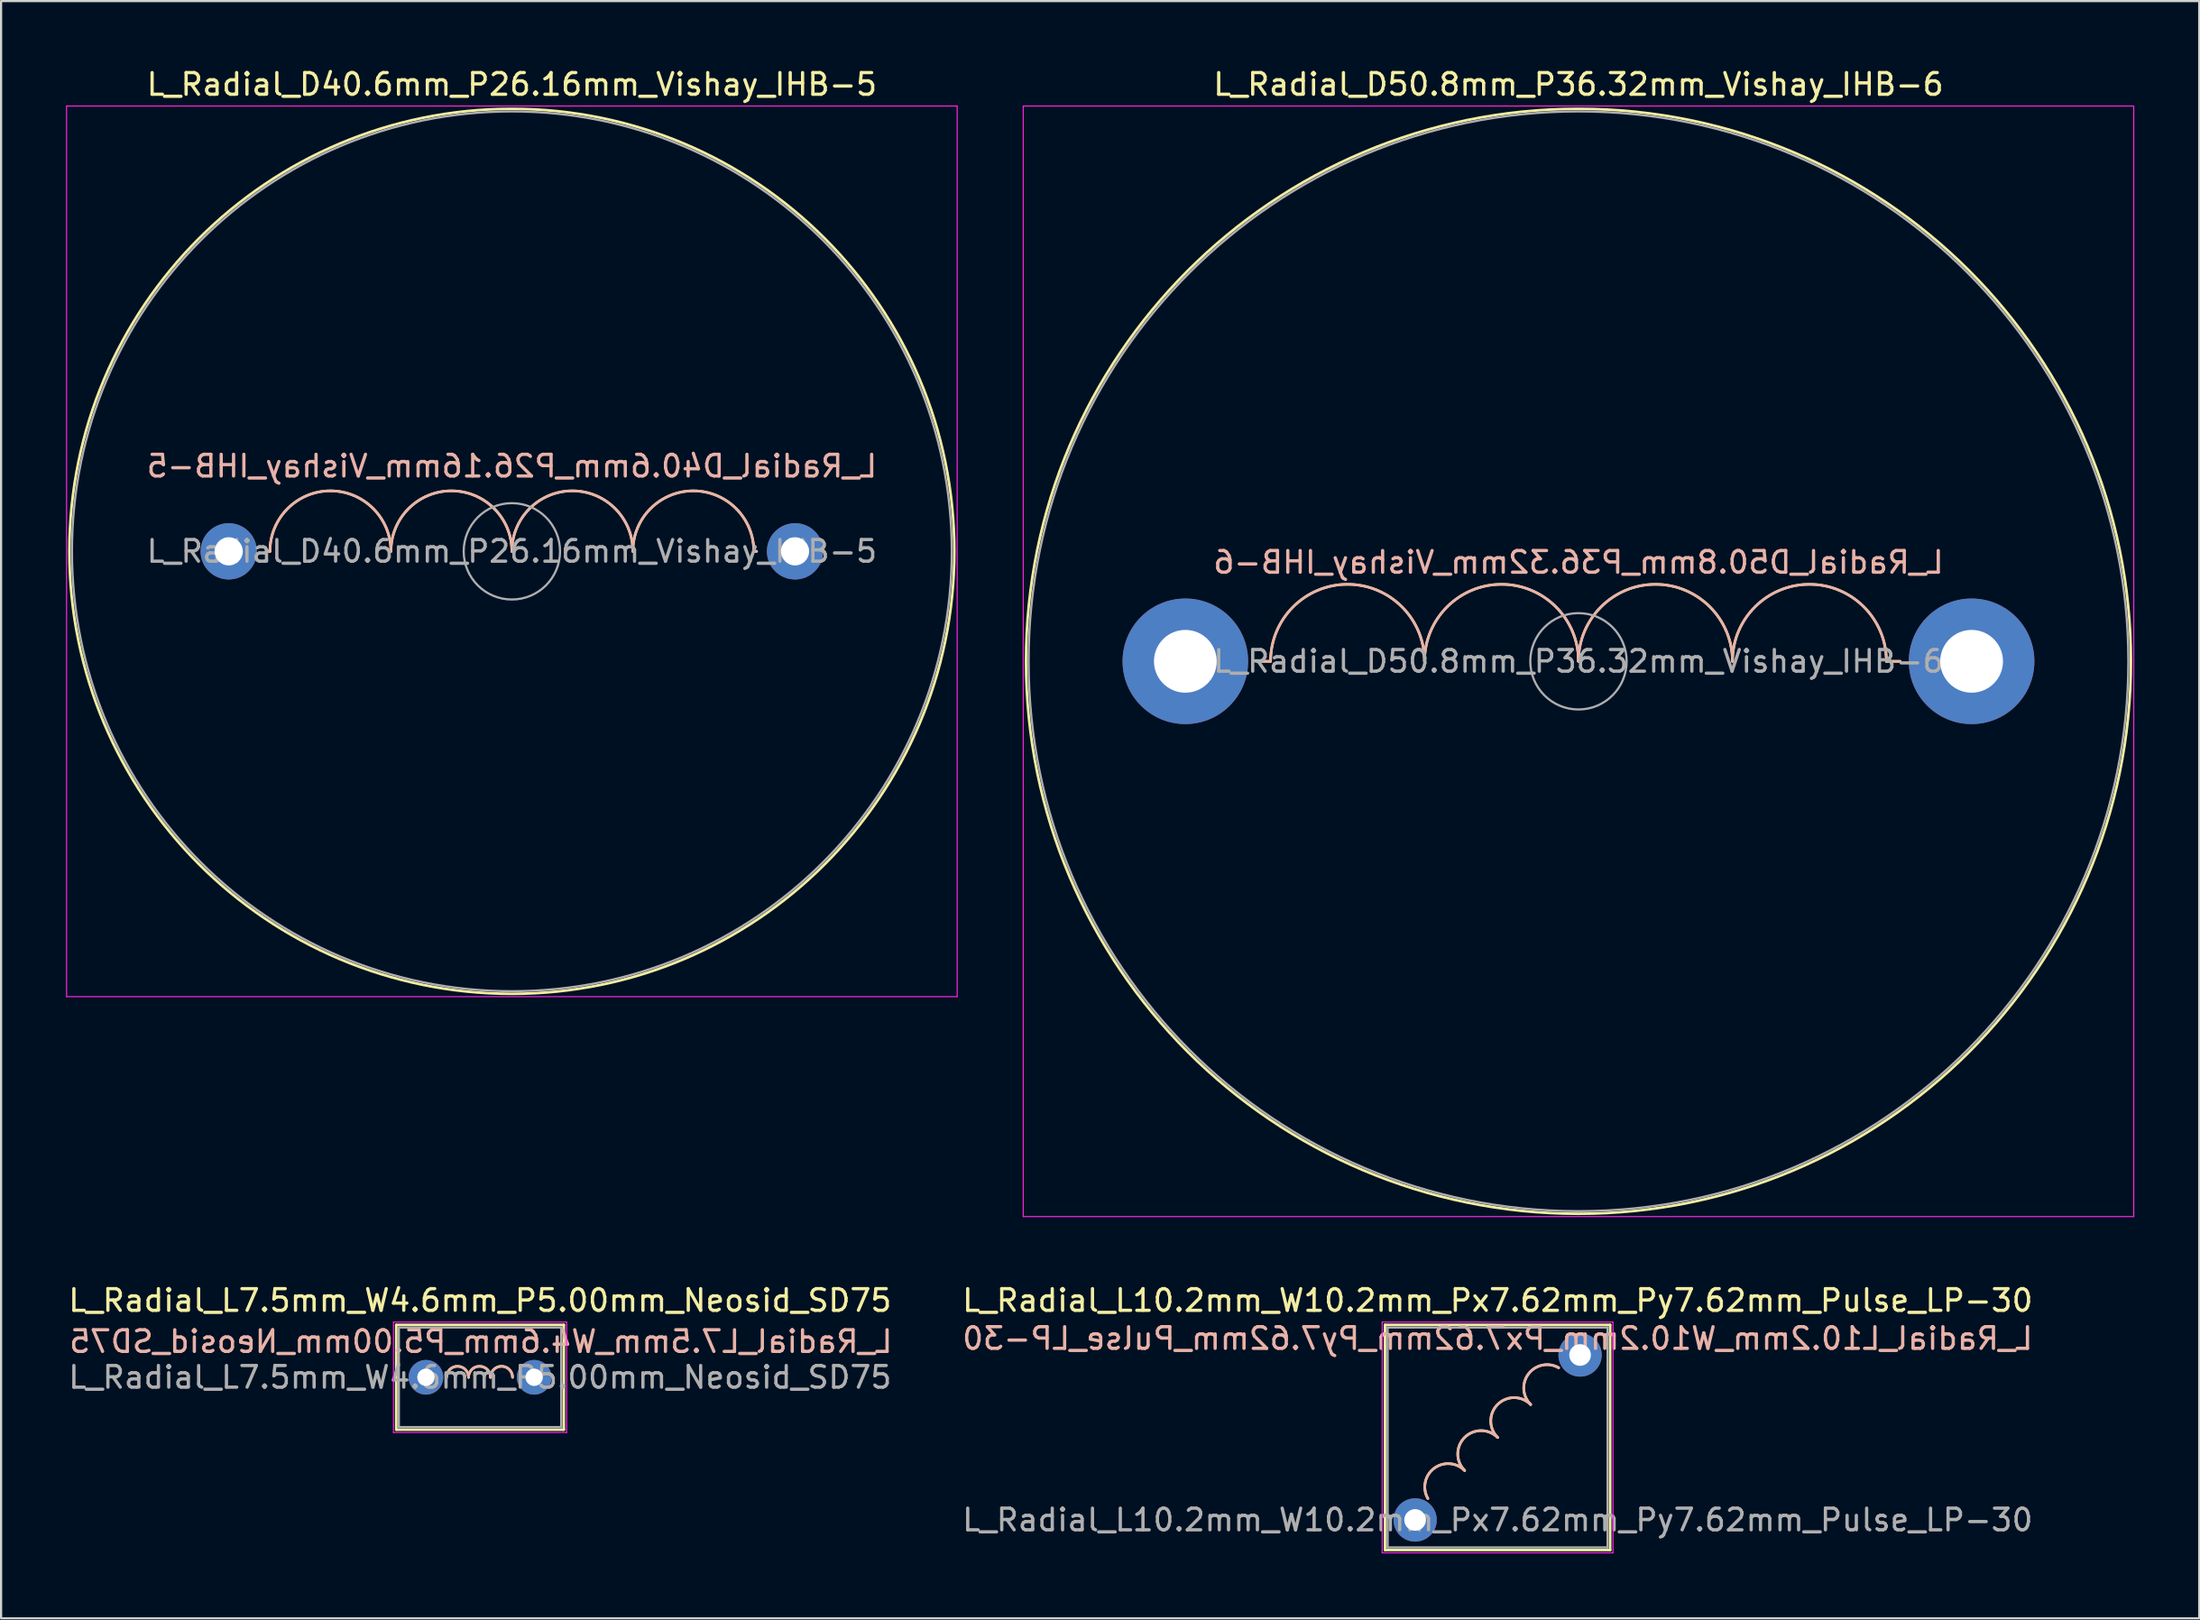
<source format=kicad_pcb>
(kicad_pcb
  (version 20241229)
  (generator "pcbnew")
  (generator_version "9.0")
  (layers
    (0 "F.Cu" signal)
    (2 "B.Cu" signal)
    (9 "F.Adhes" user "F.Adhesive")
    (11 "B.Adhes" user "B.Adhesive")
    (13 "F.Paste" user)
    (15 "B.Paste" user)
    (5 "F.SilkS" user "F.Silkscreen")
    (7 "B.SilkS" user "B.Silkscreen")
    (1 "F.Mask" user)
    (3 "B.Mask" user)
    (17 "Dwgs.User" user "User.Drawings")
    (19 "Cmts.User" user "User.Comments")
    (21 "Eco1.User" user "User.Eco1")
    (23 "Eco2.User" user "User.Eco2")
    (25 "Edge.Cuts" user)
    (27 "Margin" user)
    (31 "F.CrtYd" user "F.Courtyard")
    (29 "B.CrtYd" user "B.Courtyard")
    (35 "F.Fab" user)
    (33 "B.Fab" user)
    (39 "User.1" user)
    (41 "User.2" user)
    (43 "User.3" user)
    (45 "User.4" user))
  (footprint "L_Radial_L7.5mm_W4.6mm_P5.00mm_Neosid_SD75"
    (layer "F.Cu")
    (at 16.625 60.572)
    (property "Reference" "L_Radial_L7.5mm_W4.6mm_P5.00mm_Neosid_SD75" (at 2.5 -3.55 0) (layer "F.SilkS") (effects (font (size 1 1) (thickness 0.15))))
    (fp_line (start -1.37 -2.42) (end -1.37 2.42) (stroke (width 0.12) (type solid)) (layer "F.SilkS"))
    (fp_line (start -1.37 -2.42) (end 6.37 -2.42) (stroke (width 0.12) (type solid)) (layer "F.SilkS"))
    (fp_line (start -1.37 2.42) (end 6.37 2.42) (stroke (width 0.12) (type solid)) (layer "F.SilkS"))
    (fp_line (start 6.37 -2.42) (end 6.37 2.42) (stroke (width 0.12) (type solid)) (layer "F.SilkS"))
    (fp_arc (start 0.9525 0) (mid 1.4605 -0.508) (end 1.9685 0) (stroke (width 0.12) (type solid)) (layer "F.SilkS"))
    (fp_arc (start 1.9685 0) (mid 2.4765 -0.508) (end 2.9845 0) (stroke (width 0.12) (type solid)) (layer "F.SilkS"))
    (fp_arc (start 2.9845 0) (mid 3.4925 -0.508) (end 4.0005 0) (stroke (width 0.12) (type solid)) (layer "F.SilkS"))
    (fp_arc (start 0.9525 0) (mid 1.4605 -0.508) (end 1.9685 0) (stroke (width 0.12) (type solid)) (layer "B.SilkS"))
    (fp_arc (start 1.9685 0) (mid 2.4765 -0.508) (end 2.9845 0) (stroke (width 0.12) (type solid)) (layer "B.SilkS"))
    (fp_arc (start 2.9845 0) (mid 3.4925 -0.508) (end 4.0005 0) (stroke (width 0.12) (type solid)) (layer "B.SilkS"))
    (fp_line (start -1.5 -2.55) (end -1.5 2.55) (stroke (width 0.05) (type solid)) (layer "F.CrtYd"))
    (fp_line (start -1.5 2.55) (end 6.5 2.55) (stroke (width 0.05) (type solid)) (layer "F.CrtYd"))
    (fp_line (start 6.5 -2.55) (end -1.5 -2.55) (stroke (width 0.05) (type solid)) (layer "F.CrtYd"))
    (fp_line (start 6.5 2.55) (end 6.5 -2.55) (stroke (width 0.05) (type solid)) (layer "F.CrtYd"))
    (fp_line (start -1.25 -2.3) (end -1.25 2.3) (stroke (width 0.1) (type solid)) (layer "F.Fab"))
    (fp_line (start -1.25 2.3) (end 6.25 2.3) (stroke (width 0.1) (type solid)) (layer "F.Fab"))
    (fp_line (start 6.25 -2.3) (end -1.25 -2.3) (stroke (width 0.1) (type solid)) (layer "F.Fab"))
    (fp_line (start 6.25 2.3) (end 6.25 -2.3) (stroke (width 0.1) (type solid)) (layer "F.Fab"))
    (fp_text user "${REFERENCE}" (at 2.54 -1.651 0) (layer "B.SilkS") (effects (font (size 1 1) (thickness 0.15)) (justify mirror)))
    (fp_text user "${REFERENCE}" (at 2.5 0 0) (layer "F.Fab") (effects (font (size 1 1) (thickness 0.15))))
    (pad "1" thru_hole circle (at 0 0) (size 1.6 1.6) (drill 0.8) (layers "*.Cu" "*.Mask"))
    (pad "2" thru_hole circle (at 5 0) (size 1.6 1.6) (drill 0.8) (layers "*.Cu" "*.Mask")))
  (footprint "L_Radial_L10.2mm_W10.2mm_Px7.62mm_Py7.62mm_Pulse_LP-30"
    (layer "F.Cu")
    (at 62.319 67.162)
    (property "Reference" "L_Radial_L10.2mm_W10.2mm_Px7.62mm_Py7.62mm_Pulse_LP-30" (at 3.81 -10.14 0) (layer "F.SilkS") (effects (font (size 1 1) (thickness 0.15))))
    (fp_line (start -1.39 -9.01) (end -1.39 1.39) (stroke (width 0.12) (type solid)) (layer "F.SilkS"))
    (fp_line (start -1.39 -9.01) (end 9.01 -9.01) (stroke (width 0.12) (type solid)) (layer "F.SilkS"))
    (fp_line (start -1.39 1.39) (end 9.01 1.39) (stroke (width 0.12) (type solid)) (layer "F.SilkS"))
    (fp_line (start 9.01 -9.01) (end 9.01 1.39) (stroke (width 0.12) (type solid)) (layer "F.SilkS"))
    (fp_arc (start 0.588353 -0.989345) (mid 0.869884 -2.380402) (end 2.286001 -2.286001) (stroke (width 0.12) (type solid)) (layer "F.SilkS"))
    (fp_arc (start 2.285999 -2.285999) (mid 2.285999 -3.810001) (end 3.810001 -3.810001) (stroke (width 0.12) (type solid)) (layer "F.SilkS"))
    (fp_arc (start 3.809999 -3.809999) (mid 3.809999 -5.334001) (end 5.334001 -5.334001) (stroke (width 0.12) (type solid)) (layer "F.SilkS"))
    (fp_arc (start 5.334001 -5.334001) (mid 5.239601 -6.750114) (end 6.630654 -7.031644) (stroke (width 0.12) (type solid)) (layer "F.SilkS"))
    (fp_arc (start 0.588352 -0.989346) (mid 0.870108 -2.380109) (end 2.286001 -2.286001) (stroke (width 0.12) (type solid)) (layer "B.SilkS"))
    (fp_arc (start 2.285999 -2.285999) (mid 2.285999 -3.810001) (end 3.810001 -3.810001) (stroke (width 0.12) (type solid)) (layer "B.SilkS"))
    (fp_arc (start 3.809999 -3.809999) (mid 3.809999 -5.334001) (end 5.334001 -5.334001) (stroke (width 0.12) (type solid)) (layer "B.SilkS"))
    (fp_arc (start 5.334001 -5.334001) (mid 5.239895 -6.749888) (end 6.630653 -7.031641) (stroke (width 0.12) (type solid)) (layer "B.SilkS"))
    (fp_line (start -1.52 -9.14) (end -1.52 1.52) (stroke (width 0.05) (type solid)) (layer "F.CrtYd"))
    (fp_line (start -1.52 1.52) (end 9.14 1.52) (stroke (width 0.05) (type solid)) (layer "F.CrtYd"))
    (fp_line (start 9.14 -9.14) (end -1.52 -9.14) (stroke (width 0.05) (type solid)) (layer "F.CrtYd"))
    (fp_line (start 9.14 1.52) (end 9.14 -9.14) (stroke (width 0.05) (type solid)) (layer "F.CrtYd"))
    (fp_line (start -1.27 -8.89) (end -1.27 1.27) (stroke (width 0.1) (type solid)) (layer "F.Fab"))
    (fp_line (start -1.27 1.27) (end 8.89 1.27) (stroke (width 0.1) (type solid)) (layer "F.Fab"))
    (fp_line (start 8.89 -8.89) (end -1.27 -8.89) (stroke (width 0.1) (type solid)) (layer "F.Fab"))
    (fp_line (start 8.89 1.27) (end 8.89 -8.89) (stroke (width 0.1) (type solid)) (layer "F.Fab"))
    (fp_text user "${REFERENCE}" (at 3.81 -8.382 0) (layer "B.SilkS") (effects (font (size 1 1) (thickness 0.15)) (justify mirror)))
    (fp_text user "${REFERENCE}" (at 3.81 0 0) (layer "F.Fab") (effects (font (size 1 1) (thickness 0.15))))
    (pad "1" thru_hole circle (at 0 0) (size 2 2) (drill 1) (layers "*.Cu" "*.Mask"))
    (pad "2" thru_hole circle (at 7.62 -7.62) (size 2 2) (drill 1) (layers "*.Cu" "*.Mask")))
  (footprint "L_Radial_D40.6mm_P26.16mm_Vishay_IHB-5"
    (layer "F.Cu")
    (at 7.515 22.418)
    (property "Reference" "L_Radial_D40.6mm_P26.16mm_Vishay_IHB-5" (at 13.08 -21.57 0) (layer "F.SilkS") (effects (font (size 1 1) (thickness 0.15))))
    (fp_line (start 1.904 0) (end 1.778 0) (stroke (width 0.12) (type solid)) (layer "F.SilkS"))
    (fp_line (start 24.256 0) (end 24.384 0) (stroke (width 0.12) (type solid)) (layer "F.SilkS"))
    (fp_arc (start 1.904 0) (mid 4.698 -2.794) (end 7.492 0) (stroke (width 0.12) (type solid)) (layer "F.SilkS"))
    (fp_arc (start 7.492 0) (mid 10.286 -2.794) (end 13.08 0) (stroke (width 0.12) (type solid)) (layer "F.SilkS"))
    (fp_arc (start 13.08 0) (mid 15.874 -2.794) (end 18.668 0) (stroke (width 0.12) (type solid)) (layer "F.SilkS"))
    (fp_arc (start 18.668 0) (mid 21.462 -2.794) (end 24.256 0) (stroke (width 0.12) (type solid)) (layer "F.SilkS"))
    (fp_circle (center 13.08 0) (end 33.52 0) (stroke (width 0.12) (type solid)) (fill no) (layer "F.SilkS"))
    (fp_line (start 1.906 0) (end 1.778 0) (stroke (width 0.12) (type solid)) (layer "B.SilkS"))
    (fp_line (start 24.258 0) (end 24.384 0) (stroke (width 0.12) (type solid)) (layer "B.SilkS"))
    (fp_arc (start 1.906 0) (mid 4.7 -2.794) (end 7.494 0) (stroke (width 0.12) (type solid)) (layer "B.SilkS"))
    (fp_arc (start 7.494 0) (mid 10.288 -2.794) (end 13.082 0) (stroke (width 0.12) (type solid)) (layer "B.SilkS"))
    (fp_arc (start 13.082 0) (mid 15.876 -2.794) (end 18.67 0) (stroke (width 0.12) (type solid)) (layer "B.SilkS"))
    (fp_arc (start 18.67 0) (mid 21.464 -2.794) (end 24.258 0) (stroke (width 0.12) (type solid)) (layer "B.SilkS"))
    (fp_line (start -7.49 -20.57) (end -7.49 20.57) (stroke (width 0.05) (type solid)) (layer "F.CrtYd"))
    (fp_line (start -7.49 20.57) (end 33.65 20.57) (stroke (width 0.05) (type solid)) (layer "F.CrtYd"))
    (fp_line (start 33.65 -20.57) (end -7.49 -20.57) (stroke (width 0.05) (type solid)) (layer "F.CrtYd"))
    (fp_line (start 33.65 20.57) (end 33.65 -20.57) (stroke (width 0.05) (type solid)) (layer "F.CrtYd"))
    (fp_circle (center 13.08 0) (end 15.305 0) (stroke (width 0.1) (type solid)) (fill no) (layer "F.Fab"))
    (fp_circle (center 13.08 0) (end 33.4 0) (stroke (width 0.1) (type solid)) (fill no) (layer "F.Fab"))
    (fp_text user "${REFERENCE}" (at 13.081 -3.937 0) (layer "B.SilkS") (effects (font (size 1 1) (thickness 0.15)) (justify mirror)))
    (fp_text user "${REFERENCE}" (at 13.08 0 0) (layer "F.Fab") (effects (font (size 1 1) (thickness 0.15))))
    (pad "1" thru_hole circle (at 0 0) (size 2.6 2.6) (drill 1.3) (layers "*.Cu" "*.Mask"))
    (pad "2" thru_hole circle (at 26.16 0) (size 2.6 2.6) (drill 1.3) (layers "*.Cu" "*.Mask")))
  (footprint "L_Radial_D50.8mm_P36.32mm_Vishay_IHB-6"
    (layer "F.Cu")
    (at 51.705 27.498)
    (property "Reference" "L_Radial_D50.8mm_P36.32mm_Vishay_IHB-6" (at 18.16 -26.65 0) (layer "F.SilkS") (effects (font (size 1 1) (thickness 0.15))))
    (fp_line (start 3.936 0) (end 3.302 0) (stroke (width 0.12) (type solid)) (layer "F.SilkS"))
    (fp_line (start 32.384 0) (end 33.02 0) (stroke (width 0.12) (type solid)) (layer "F.SilkS"))
    (fp_arc (start 3.936 0) (mid 7.492 -3.556) (end 11.048 0) (stroke (width 0.12) (type solid)) (layer "F.SilkS"))
    (fp_arc (start 11.048 0) (mid 14.604 -3.556) (end 18.16 0) (stroke (width 0.12) (type solid)) (layer "F.SilkS"))
    (fp_arc (start 18.16 0) (mid 21.716 -3.556) (end 25.272 0) (stroke (width 0.12) (type solid)) (layer "F.SilkS"))
    (fp_arc (start 25.272 0) (mid 28.828 -3.556) (end 32.384 0) (stroke (width 0.12) (type solid)) (layer "F.SilkS"))
    (fp_circle (center 18.16 0) (end 43.68 0) (stroke (width 0.12) (type solid)) (fill no) (layer "F.SilkS"))
    (fp_line (start 3.938 0) (end 3.302 0) (stroke (width 0.12) (type solid)) (layer "B.SilkS"))
    (fp_line (start 32.386 0) (end 33.02 0) (stroke (width 0.12) (type solid)) (layer "B.SilkS"))
    (fp_arc (start 3.938 0) (mid 7.494 -3.556) (end 11.05 0) (stroke (width 0.12) (type solid)) (layer "B.SilkS"))
    (fp_arc (start 11.05 0) (mid 14.606 -3.556) (end 18.162 0) (stroke (width 0.12) (type solid)) (layer "B.SilkS"))
    (fp_arc (start 18.162 0) (mid 21.718 -3.556) (end 25.274 0) (stroke (width 0.12) (type solid)) (layer "B.SilkS"))
    (fp_arc (start 25.274 0) (mid 28.83 -3.556) (end 32.386 0) (stroke (width 0.12) (type solid)) (layer "B.SilkS"))
    (fp_line (start -7.49 -25.65) (end -7.49 25.65) (stroke (width 0.05) (type solid)) (layer "F.CrtYd"))
    (fp_line (start -7.49 25.65) (end 43.81 25.65) (stroke (width 0.05) (type solid)) (layer "F.CrtYd"))
    (fp_line (start 43.81 -25.65) (end -7.49 -25.65) (stroke (width 0.05) (type solid)) (layer "F.CrtYd"))
    (fp_line (start 43.81 25.65) (end 43.81 -25.65) (stroke (width 0.05) (type solid)) (layer "F.CrtYd"))
    (fp_circle (center 18.16 0) (end 20.385 0) (stroke (width 0.1) (type solid)) (fill no) (layer "F.Fab"))
    (fp_circle (center 18.16 0) (end 43.56 0) (stroke (width 0.1) (type solid)) (fill no) (layer "F.Fab"))
    (fp_text user "${REFERENCE}" (at 18.161 -4.572 0) (layer "B.SilkS") (effects (font (size 1 1) (thickness 0.15)) (justify mirror)))
    (fp_text user "${REFERENCE}" (at 18.16 0 0) (layer "F.Fab") (effects (font (size 1 1) (thickness 0.15))))
    (pad "1" thru_hole circle (at 0 0) (size 5.8 5.8) (drill 2.9) (layers "*.Cu" "*.Mask"))
    (pad "2" thru_hole circle (at 36.32 0) (size 5.8 5.8) (drill 2.9) (layers "*.Cu" "*.Mask")))
  (gr_rect
    (start -3 -3)
    (end 98.54 71.707)
    (stroke (width 0.1) (type default))
    (fill no)
    (layer "Edge.Cuts")))
</source>
